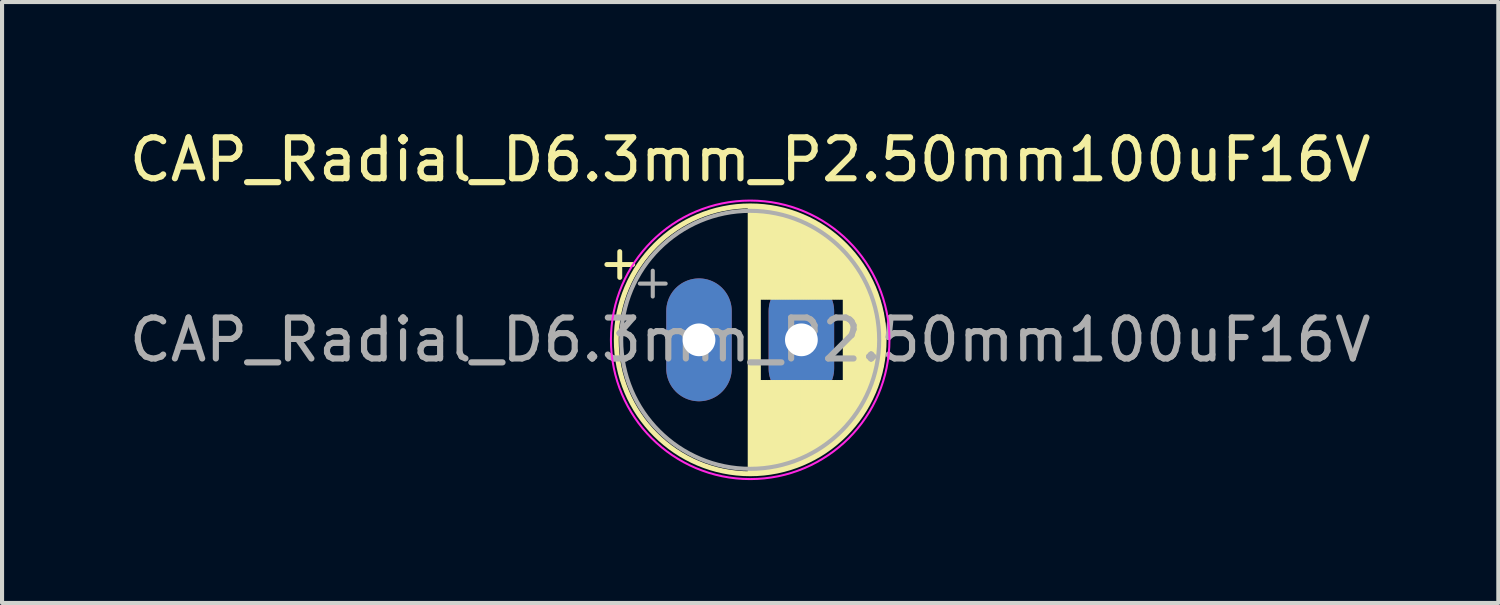
<source format=kicad_pcb>
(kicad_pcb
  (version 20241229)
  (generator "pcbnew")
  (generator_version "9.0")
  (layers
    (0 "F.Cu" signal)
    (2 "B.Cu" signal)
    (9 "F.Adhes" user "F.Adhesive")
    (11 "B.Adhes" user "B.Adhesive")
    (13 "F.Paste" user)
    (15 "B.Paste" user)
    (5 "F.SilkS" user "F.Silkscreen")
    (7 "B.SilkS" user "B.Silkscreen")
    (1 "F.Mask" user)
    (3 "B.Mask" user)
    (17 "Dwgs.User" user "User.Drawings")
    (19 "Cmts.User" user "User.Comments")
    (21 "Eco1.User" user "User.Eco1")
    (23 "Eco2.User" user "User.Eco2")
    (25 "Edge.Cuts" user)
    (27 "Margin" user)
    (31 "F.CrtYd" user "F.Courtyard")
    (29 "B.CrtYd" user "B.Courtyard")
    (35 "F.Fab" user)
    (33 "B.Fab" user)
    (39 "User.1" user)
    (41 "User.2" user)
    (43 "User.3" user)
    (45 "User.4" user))
  (footprint "CAP_Radial_D6.3mm_P2.50mm100uF16V"
    (layer "F.Cu")
    (at 14.018 5.248)
    (property "Reference" "CAP_Radial_D6.3mm_P2.50mm100uF16V" (at 1.25 -4.4 0) (layer "F.SilkS") (effects (font (size 1 1) (thickness 0.15))))
    (attr through_hole)
    (fp_line (start -2.25 -1.839) (end -1.62 -1.839) (stroke (width 0.12) (type solid)) (layer "F.SilkS"))
    (fp_line (start -1.935 -2.154) (end -1.935 -1.524) (stroke (width 0.12) (type solid)) (layer "F.SilkS"))
    (fp_line (start 1.25 -3.23) (end 1.25 3.23) (stroke (width 0.12) (type solid)) (layer "F.SilkS"))
    (fp_line (start 1.29 -3.23) (end 1.29 3.23) (stroke (width 0.12) (type solid)) (layer "F.SilkS"))
    (fp_line (start 1.33 -3.23) (end 1.33 3.23) (stroke (width 0.12) (type solid)) (layer "F.SilkS"))
    (fp_line (start 1.37 -3.228) (end 1.37 3.228) (stroke (width 0.12) (type solid)) (layer "F.SilkS"))
    (fp_line (start 1.41 -3.227) (end 1.41 3.227) (stroke (width 0.12) (type solid)) (layer "F.SilkS"))
    (fp_line (start 1.45 -3.224) (end 1.45 3.224) (stroke (width 0.12) (type solid)) (layer "F.SilkS"))
    (fp_line (start 1.49 -3.222) (end 1.49 -1.04) (stroke (width 0.12) (type solid)) (layer "F.SilkS"))
    (fp_line (start 1.49 1.04) (end 1.49 3.222) (stroke (width 0.12) (type solid)) (layer "F.SilkS"))
    (fp_line (start 1.53 -3.218) (end 1.53 -1.04) (stroke (width 0.12) (type solid)) (layer "F.SilkS"))
    (fp_line (start 1.53 1.04) (end 1.53 3.218) (stroke (width 0.12) (type solid)) (layer "F.SilkS"))
    (fp_line (start 1.57 -3.215) (end 1.57 -1.04) (stroke (width 0.12) (type solid)) (layer "F.SilkS"))
    (fp_line (start 1.57 1.04) (end 1.57 3.215) (stroke (width 0.12) (type solid)) (layer "F.SilkS"))
    (fp_line (start 1.61 -3.211) (end 1.61 -1.04) (stroke (width 0.12) (type solid)) (layer "F.SilkS"))
    (fp_line (start 1.61 1.04) (end 1.61 3.211) (stroke (width 0.12) (type solid)) (layer "F.SilkS"))
    (fp_line (start 1.65 -3.206) (end 1.65 -1.04) (stroke (width 0.12) (type solid)) (layer "F.SilkS"))
    (fp_line (start 1.65 1.04) (end 1.65 3.206) (stroke (width 0.12) (type solid)) (layer "F.SilkS"))
    (fp_line (start 1.69 -3.201) (end 1.69 -1.04) (stroke (width 0.12) (type solid)) (layer "F.SilkS"))
    (fp_line (start 1.69 1.04) (end 1.69 3.201) (stroke (width 0.12) (type solid)) (layer "F.SilkS"))
    (fp_line (start 1.73 -3.195) (end 1.73 -1.04) (stroke (width 0.12) (type solid)) (layer "F.SilkS"))
    (fp_line (start 1.73 1.04) (end 1.73 3.195) (stroke (width 0.12) (type solid)) (layer "F.SilkS"))
    (fp_line (start 1.77 -3.189) (end 1.77 -1.04) (stroke (width 0.12) (type solid)) (layer "F.SilkS"))
    (fp_line (start 1.77 1.04) (end 1.77 3.189) (stroke (width 0.12) (type solid)) (layer "F.SilkS"))
    (fp_line (start 1.81 -3.182) (end 1.81 -1.04) (stroke (width 0.12) (type solid)) (layer "F.SilkS"))
    (fp_line (start 1.81 1.04) (end 1.81 3.182) (stroke (width 0.12) (type solid)) (layer "F.SilkS"))
    (fp_line (start 1.85 -3.175) (end 1.85 -1.04) (stroke (width 0.12) (type solid)) (layer "F.SilkS"))
    (fp_line (start 1.85 1.04) (end 1.85 3.175) (stroke (width 0.12) (type solid)) (layer "F.SilkS"))
    (fp_line (start 1.89 -3.167) (end 1.89 -1.04) (stroke (width 0.12) (type solid)) (layer "F.SilkS"))
    (fp_line (start 1.89 1.04) (end 1.89 3.167) (stroke (width 0.12) (type solid)) (layer "F.SilkS"))
    (fp_line (start 1.93 -3.159) (end 1.93 -1.04) (stroke (width 0.12) (type solid)) (layer "F.SilkS"))
    (fp_line (start 1.93 1.04) (end 1.93 3.159) (stroke (width 0.12) (type solid)) (layer "F.SilkS"))
    (fp_line (start 1.971 -3.15) (end 1.971 -1.04) (stroke (width 0.12) (type solid)) (layer "F.SilkS"))
    (fp_line (start 1.971 1.04) (end 1.971 3.15) (stroke (width 0.12) (type solid)) (layer "F.SilkS"))
    (fp_line (start 2.011 -3.141) (end 2.011 -1.04) (stroke (width 0.12) (type solid)) (layer "F.SilkS"))
    (fp_line (start 2.011 1.04) (end 2.011 3.141) (stroke (width 0.12) (type solid)) (layer "F.SilkS"))
    (fp_line (start 2.051 -3.131) (end 2.051 -1.04) (stroke (width 0.12) (type solid)) (layer "F.SilkS"))
    (fp_line (start 2.051 1.04) (end 2.051 3.131) (stroke (width 0.12) (type solid)) (layer "F.SilkS"))
    (fp_line (start 2.091 -3.121) (end 2.091 -1.04) (stroke (width 0.12) (type solid)) (layer "F.SilkS"))
    (fp_line (start 2.091 1.04) (end 2.091 3.121) (stroke (width 0.12) (type solid)) (layer "F.SilkS"))
    (fp_line (start 2.131 -3.11) (end 2.131 -1.04) (stroke (width 0.12) (type solid)) (layer "F.SilkS"))
    (fp_line (start 2.131 1.04) (end 2.131 3.11) (stroke (width 0.12) (type solid)) (layer "F.SilkS"))
    (fp_line (start 2.171 -3.098) (end 2.171 -1.04) (stroke (width 0.12) (type solid)) (layer "F.SilkS"))
    (fp_line (start 2.171 1.04) (end 2.171 3.098) (stroke (width 0.12) (type solid)) (layer "F.SilkS"))
    (fp_line (start 2.211 -3.086) (end 2.211 -1.04) (stroke (width 0.12) (type solid)) (layer "F.SilkS"))
    (fp_line (start 2.211 1.04) (end 2.211 3.086) (stroke (width 0.12) (type solid)) (layer "F.SilkS"))
    (fp_line (start 2.251 -3.074) (end 2.251 -1.04) (stroke (width 0.12) (type solid)) (layer "F.SilkS"))
    (fp_line (start 2.251 1.04) (end 2.251 3.074) (stroke (width 0.12) (type solid)) (layer "F.SilkS"))
    (fp_line (start 2.291 -3.061) (end 2.291 -1.04) (stroke (width 0.12) (type solid)) (layer "F.SilkS"))
    (fp_line (start 2.291 1.04) (end 2.291 3.061) (stroke (width 0.12) (type solid)) (layer "F.SilkS"))
    (fp_line (start 2.331 -3.047) (end 2.331 -1.04) (stroke (width 0.12) (type solid)) (layer "F.SilkS"))
    (fp_line (start 2.331 1.04) (end 2.331 3.047) (stroke (width 0.12) (type solid)) (layer "F.SilkS"))
    (fp_line (start 2.371 -3.033) (end 2.371 -1.04) (stroke (width 0.12) (type solid)) (layer "F.SilkS"))
    (fp_line (start 2.371 1.04) (end 2.371 3.033) (stroke (width 0.12) (type solid)) (layer "F.SilkS"))
    (fp_line (start 2.411 -3.018) (end 2.411 -1.04) (stroke (width 0.12) (type solid)) (layer "F.SilkS"))
    (fp_line (start 2.411 1.04) (end 2.411 3.018) (stroke (width 0.12) (type solid)) (layer "F.SilkS"))
    (fp_line (start 2.451 -3.002) (end 2.451 -1.04) (stroke (width 0.12) (type solid)) (layer "F.SilkS"))
    (fp_line (start 2.451 1.04) (end 2.451 3.002) (stroke (width 0.12) (type solid)) (layer "F.SilkS"))
    (fp_line (start 2.491 -2.986) (end 2.491 -1.04) (stroke (width 0.12) (type solid)) (layer "F.SilkS"))
    (fp_line (start 2.491 1.04) (end 2.491 2.986) (stroke (width 0.12) (type solid)) (layer "F.SilkS"))
    (fp_line (start 2.531 -2.97) (end 2.531 -1.04) (stroke (width 0.12) (type solid)) (layer "F.SilkS"))
    (fp_line (start 2.531 1.04) (end 2.531 2.97) (stroke (width 0.12) (type solid)) (layer "F.SilkS"))
    (fp_line (start 2.571 -2.952) (end 2.571 -1.04) (stroke (width 0.12) (type solid)) (layer "F.SilkS"))
    (fp_line (start 2.571 1.04) (end 2.571 2.952) (stroke (width 0.12) (type solid)) (layer "F.SilkS"))
    (fp_line (start 2.611 -2.934) (end 2.611 -1.04) (stroke (width 0.12) (type solid)) (layer "F.SilkS"))
    (fp_line (start 2.611 1.04) (end 2.611 2.934) (stroke (width 0.12) (type solid)) (layer "F.SilkS"))
    (fp_line (start 2.651 -2.916) (end 2.651 -1.04) (stroke (width 0.12) (type solid)) (layer "F.SilkS"))
    (fp_line (start 2.651 1.04) (end 2.651 2.916) (stroke (width 0.12) (type solid)) (layer "F.SilkS"))
    (fp_line (start 2.691 -2.896) (end 2.691 -1.04) (stroke (width 0.12) (type solid)) (layer "F.SilkS"))
    (fp_line (start 2.691 1.04) (end 2.691 2.896) (stroke (width 0.12) (type solid)) (layer "F.SilkS"))
    (fp_line (start 2.731 -2.876) (end 2.731 -1.04) (stroke (width 0.12) (type solid)) (layer "F.SilkS"))
    (fp_line (start 2.731 1.04) (end 2.731 2.876) (stroke (width 0.12) (type solid)) (layer "F.SilkS"))
    (fp_line (start 2.771 -2.856) (end 2.771 -1.04) (stroke (width 0.12) (type solid)) (layer "F.SilkS"))
    (fp_line (start 2.771 1.04) (end 2.771 2.856) (stroke (width 0.12) (type solid)) (layer "F.SilkS"))
    (fp_line (start 2.811 -2.834) (end 2.811 -1.04) (stroke (width 0.12) (type solid)) (layer "F.SilkS"))
    (fp_line (start 2.811 1.04) (end 2.811 2.834) (stroke (width 0.12) (type solid)) (layer "F.SilkS"))
    (fp_line (start 2.851 -2.812) (end 2.851 -1.04) (stroke (width 0.12) (type solid)) (layer "F.SilkS"))
    (fp_line (start 2.851 1.04) (end 2.851 2.812) (stroke (width 0.12) (type solid)) (layer "F.SilkS"))
    (fp_line (start 2.891 -2.79) (end 2.891 -1.04) (stroke (width 0.12) (type solid)) (layer "F.SilkS"))
    (fp_line (start 2.891 1.04) (end 2.891 2.79) (stroke (width 0.12) (type solid)) (layer "F.SilkS"))
    (fp_line (start 2.931 -2.766) (end 2.931 -1.04) (stroke (width 0.12) (type solid)) (layer "F.SilkS"))
    (fp_line (start 2.931 1.04) (end 2.931 2.766) (stroke (width 0.12) (type solid)) (layer "F.SilkS"))
    (fp_line (start 2.971 -2.742) (end 2.971 -1.04) (stroke (width 0.12) (type solid)) (layer "F.SilkS"))
    (fp_line (start 2.971 1.04) (end 2.971 2.742) (stroke (width 0.12) (type solid)) (layer "F.SilkS"))
    (fp_line (start 3.011 -2.716) (end 3.011 -1.04) (stroke (width 0.12) (type solid)) (layer "F.SilkS"))
    (fp_line (start 3.011 1.04) (end 3.011 2.716) (stroke (width 0.12) (type solid)) (layer "F.SilkS"))
    (fp_line (start 3.051 -2.69) (end 3.051 -1.04) (stroke (width 0.12) (type solid)) (layer "F.SilkS"))
    (fp_line (start 3.051 1.04) (end 3.051 2.69) (stroke (width 0.12) (type solid)) (layer "F.SilkS"))
    (fp_line (start 3.091 -2.664) (end 3.091 -1.04) (stroke (width 0.12) (type solid)) (layer "F.SilkS"))
    (fp_line (start 3.091 1.04) (end 3.091 2.664) (stroke (width 0.12) (type solid)) (layer "F.SilkS"))
    (fp_line (start 3.131 -2.636) (end 3.131 -1.04) (stroke (width 0.12) (type solid)) (layer "F.SilkS"))
    (fp_line (start 3.131 1.04) (end 3.131 2.636) (stroke (width 0.12) (type solid)) (layer "F.SilkS"))
    (fp_line (start 3.171 -2.607) (end 3.171 -1.04) (stroke (width 0.12) (type solid)) (layer "F.SilkS"))
    (fp_line (start 3.171 1.04) (end 3.171 2.607) (stroke (width 0.12) (type solid)) (layer "F.SilkS"))
    (fp_line (start 3.211 -2.578) (end 3.211 -1.04) (stroke (width 0.12) (type solid)) (layer "F.SilkS"))
    (fp_line (start 3.211 1.04) (end 3.211 2.578) (stroke (width 0.12) (type solid)) (layer "F.SilkS"))
    (fp_line (start 3.251 -2.548) (end 3.251 -1.04) (stroke (width 0.12) (type solid)) (layer "F.SilkS"))
    (fp_line (start 3.251 1.04) (end 3.251 2.548) (stroke (width 0.12) (type solid)) (layer "F.SilkS"))
    (fp_line (start 3.291 -2.516) (end 3.291 -1.04) (stroke (width 0.12) (type solid)) (layer "F.SilkS"))
    (fp_line (start 3.291 1.04) (end 3.291 2.516) (stroke (width 0.12) (type solid)) (layer "F.SilkS"))
    (fp_line (start 3.331 -2.484) (end 3.331 -1.04) (stroke (width 0.12) (type solid)) (layer "F.SilkS"))
    (fp_line (start 3.331 1.04) (end 3.331 2.484) (stroke (width 0.12) (type solid)) (layer "F.SilkS"))
    (fp_line (start 3.371 -2.45) (end 3.371 -1.04) (stroke (width 0.12) (type solid)) (layer "F.SilkS"))
    (fp_line (start 3.371 1.04) (end 3.371 2.45) (stroke (width 0.12) (type solid)) (layer "F.SilkS"))
    (fp_line (start 3.411 -2.416) (end 3.411 -1.04) (stroke (width 0.12) (type solid)) (layer "F.SilkS"))
    (fp_line (start 3.411 1.04) (end 3.411 2.416) (stroke (width 0.12) (type solid)) (layer "F.SilkS"))
    (fp_line (start 3.451 -2.38) (end 3.451 -1.04) (stroke (width 0.12) (type solid)) (layer "F.SilkS"))
    (fp_line (start 3.451 1.04) (end 3.451 2.38) (stroke (width 0.12) (type solid)) (layer "F.SilkS"))
    (fp_line (start 3.491 -2.343) (end 3.491 -1.04) (stroke (width 0.12) (type solid)) (layer "F.SilkS"))
    (fp_line (start 3.491 1.04) (end 3.491 2.343) (stroke (width 0.12) (type solid)) (layer "F.SilkS"))
    (fp_line (start 3.531 -2.305) (end 3.531 -1.04) (stroke (width 0.12) (type solid)) (layer "F.SilkS"))
    (fp_line (start 3.531 1.04) (end 3.531 2.305) (stroke (width 0.12) (type solid)) (layer "F.SilkS"))
    (fp_line (start 3.571 -2.265) (end 3.571 2.265) (stroke (width 0.12) (type solid)) (layer "F.SilkS"))
    (fp_line (start 3.611 -2.224) (end 3.611 2.224) (stroke (width 0.12) (type solid)) (layer "F.SilkS"))
    (fp_line (start 3.651 -2.182) (end 3.651 2.182) (stroke (width 0.12) (type solid)) (layer "F.SilkS"))
    (fp_line (start 3.691 -2.137) (end 3.691 2.137) (stroke (width 0.12) (type solid)) (layer "F.SilkS"))
    (fp_line (start 3.731 -2.092) (end 3.731 2.092) (stroke (width 0.12) (type solid)) (layer "F.SilkS"))
    (fp_line (start 3.771 -2.044) (end 3.771 2.044) (stroke (width 0.12) (type solid)) (layer "F.SilkS"))
    (fp_line (start 3.811 -1.995) (end 3.811 1.995) (stroke (width 0.12) (type solid)) (layer "F.SilkS"))
    (fp_line (start 3.851 -1.944) (end 3.851 1.944) (stroke (width 0.12) (type solid)) (layer "F.SilkS"))
    (fp_line (start 3.891 -1.89) (end 3.891 1.89) (stroke (width 0.12) (type solid)) (layer "F.SilkS"))
    (fp_line (start 3.931 -1.834) (end 3.931 1.834) (stroke (width 0.12) (type solid)) (layer "F.SilkS"))
    (fp_line (start 3.971 -1.776) (end 3.971 1.776) (stroke (width 0.12) (type solid)) (layer "F.SilkS"))
    (fp_line (start 4.011 -1.714) (end 4.011 1.714) (stroke (width 0.12) (type solid)) (layer "F.SilkS"))
    (fp_line (start 4.051 -1.65) (end 4.051 1.65) (stroke (width 0.12) (type solid)) (layer "F.SilkS"))
    (fp_line (start 4.091 -1.581) (end 4.091 1.581) (stroke (width 0.12) (type solid)) (layer "F.SilkS"))
    (fp_line (start 4.131 -1.509) (end 4.131 1.509) (stroke (width 0.12) (type solid)) (layer "F.SilkS"))
    (fp_line (start 4.171 -1.432) (end 4.171 1.432) (stroke (width 0.12) (type solid)) (layer "F.SilkS"))
    (fp_line (start 4.211 -1.35) (end 4.211 1.35) (stroke (width 0.12) (type solid)) (layer "F.SilkS"))
    (fp_line (start 4.251 -1.262) (end 4.251 1.262) (stroke (width 0.12) (type solid)) (layer "F.SilkS"))
    (fp_line (start 4.291 -1.165) (end 4.291 1.165) (stroke (width 0.12) (type solid)) (layer "F.SilkS"))
    (fp_line (start 4.331 -1.059) (end 4.331 1.059) (stroke (width 0.12) (type solid)) (layer "F.SilkS"))
    (fp_line (start 4.371 -0.94) (end 4.371 0.94) (stroke (width 0.12) (type solid)) (layer "F.SilkS"))
    (fp_line (start 4.411 -0.802) (end 4.411 0.802) (stroke (width 0.12) (type solid)) (layer "F.SilkS"))
    (fp_line (start 4.451 -0.633) (end 4.451 0.633) (stroke (width 0.12) (type solid)) (layer "F.SilkS"))
    (fp_line (start 4.491 -0.402) (end 4.491 0.402) (stroke (width 0.12) (type solid)) (layer "F.SilkS"))
    (fp_circle (center 1.25 0) (end 4.52 0) (stroke (width 0.12) (type solid)) (fill no) (layer "F.SilkS"))
    (fp_circle (center 1.25 0) (end 4.65 0) (stroke (width 0.05) (type solid)) (fill no) (layer "F.CrtYd"))
    (fp_line (start -1.444 -1.373) (end -0.814 -1.373) (stroke (width 0.1) (type solid)) (layer "F.Fab"))
    (fp_line (start -1.129 -1.688) (end -1.129 -1.058) (stroke (width 0.1) (type solid)) (layer "F.Fab"))
    (fp_circle (center 1.25 0) (end 4.4 0) (stroke (width 0.1) (type solid)) (fill no) (layer "F.Fab"))
    (fp_text user "${REFERENCE}" (at 1.25 0 0) (layer "F.Fab") (effects (font (size 1 1) (thickness 0.15))))
    (pad "1" thru_hole oval (at 0 0 90) (size 3 1.6) (drill 0.8) (layers "*.Cu" "*.Mask"))
    (pad "2" thru_hole oval (at 2.5 0) (size 1.6 3) (drill 0.8) (layers "*.Cu" "*.Mask")))
  (gr_rect
    (start -3 -3)
    (end 33.536 11.673)
    (stroke (width 0.1) (type default))
    (fill no)
    (layer "Edge.Cuts")))
</source>
